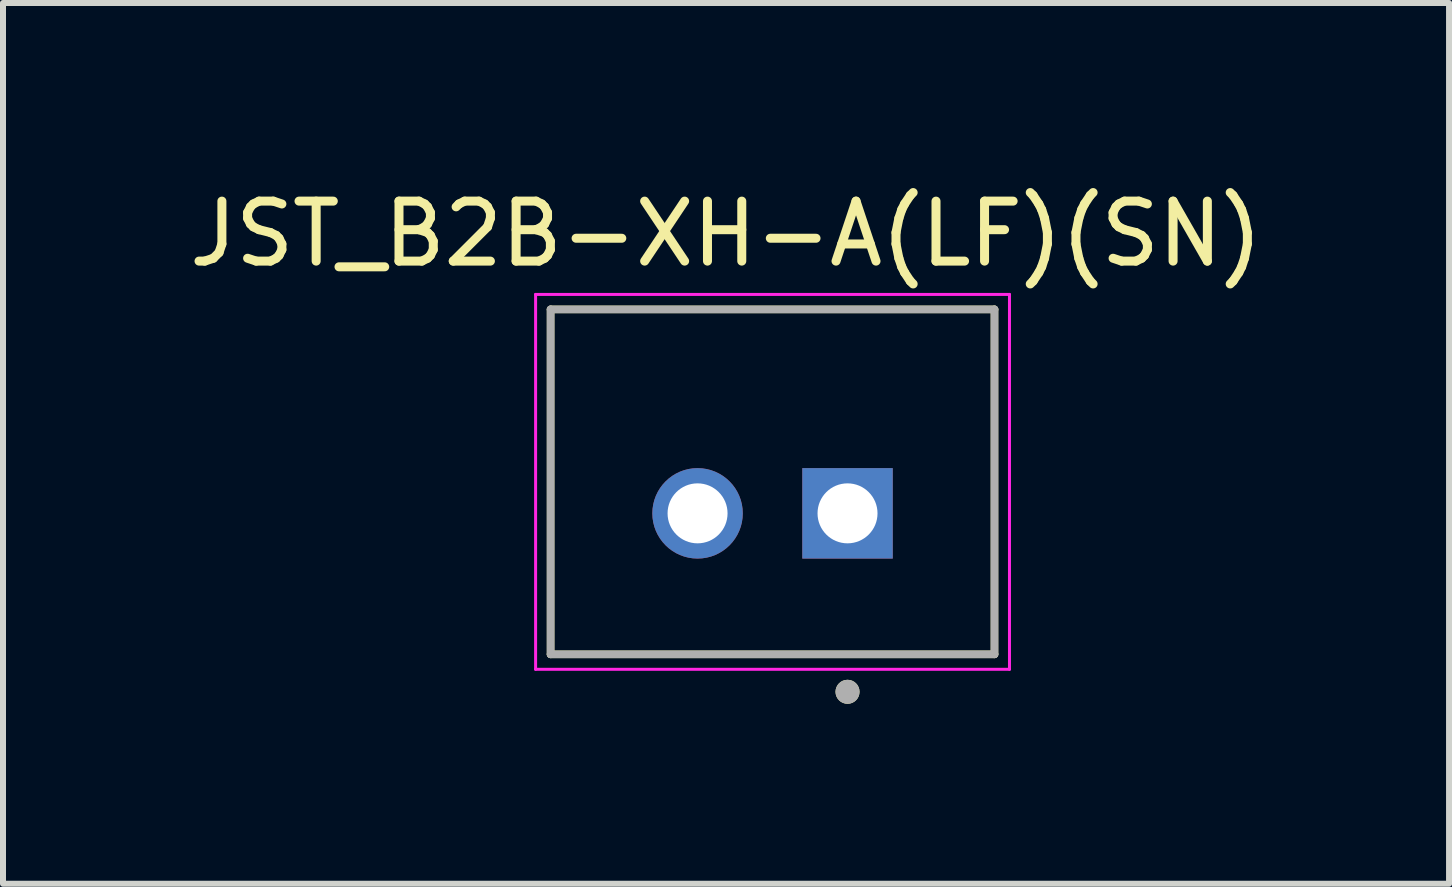
<source format=kicad_pcb>
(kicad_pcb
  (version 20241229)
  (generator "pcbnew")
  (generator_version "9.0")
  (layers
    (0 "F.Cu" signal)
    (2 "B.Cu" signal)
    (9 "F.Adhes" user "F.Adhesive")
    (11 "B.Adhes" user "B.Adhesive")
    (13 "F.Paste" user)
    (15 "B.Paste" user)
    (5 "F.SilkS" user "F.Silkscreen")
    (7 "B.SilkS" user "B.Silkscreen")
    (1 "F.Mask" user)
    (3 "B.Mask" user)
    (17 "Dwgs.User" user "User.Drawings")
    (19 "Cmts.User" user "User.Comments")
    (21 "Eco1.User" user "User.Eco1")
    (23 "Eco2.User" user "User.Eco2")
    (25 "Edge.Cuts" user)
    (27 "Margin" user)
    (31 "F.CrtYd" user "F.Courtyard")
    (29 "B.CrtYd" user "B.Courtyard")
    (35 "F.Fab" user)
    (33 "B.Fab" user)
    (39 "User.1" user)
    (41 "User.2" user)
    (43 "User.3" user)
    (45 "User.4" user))
  (footprint "JST_B2B-XH-A(LF)(SN)"
    (layer "F.Cu")
    (at 9.829 4.983)
    (property "Reference" "JST_B2B-XH-A(LF)(SN)" (at -0.775 -4.135 0) (layer "F.SilkS") (effects (font (size 1 1) (thickness 0.15))))
    (attr through_hole)
    (fp_line (start -3.7 -2.875) (end 3.7 -2.875) (stroke (width 0.127) (type solid)) (layer "F.SilkS"))
    (fp_line (start -3.7 2.875) (end -3.7 -2.875) (stroke (width 0.127) (type solid)) (layer "F.SilkS"))
    (fp_line (start 3.7 -2.875) (end 3.7 2.875) (stroke (width 0.127) (type solid)) (layer "F.SilkS"))
    (fp_line (start 3.7 2.875) (end -3.7 2.875) (stroke (width 0.127) (type solid)) (layer "F.SilkS"))
    (fp_circle (center 1.25 3.5) (end 1.35 3.5) (stroke (width 0.2) (type solid)) (fill no) (layer "F.SilkS"))
    (fp_line (start -3.95 -3.125) (end 3.95 -3.125) (stroke (width 0.05) (type solid)) (layer "F.CrtYd"))
    (fp_line (start -3.95 3.125) (end -3.95 -3.125) (stroke (width 0.05) (type solid)) (layer "F.CrtYd"))
    (fp_line (start 3.95 -3.125) (end 3.95 3.125) (stroke (width 0.05) (type solid)) (layer "F.CrtYd"))
    (fp_line (start 3.95 3.125) (end -3.95 3.125) (stroke (width 0.05) (type solid)) (layer "F.CrtYd"))
    (fp_line (start -3.7 -2.875) (end 3.7 -2.875) (stroke (width 0.127) (type solid)) (layer "F.Fab"))
    (fp_line (start -3.7 2.875) (end -3.7 -2.875) (stroke (width 0.127) (type solid)) (layer "F.Fab"))
    (fp_line (start 3.7 -2.875) (end 3.7 2.875) (stroke (width 0.127) (type solid)) (layer "F.Fab"))
    (fp_line (start 3.7 2.875) (end -3.7 2.875) (stroke (width 0.127) (type solid)) (layer "F.Fab"))
    (fp_circle (center 1.25 3.5) (end 1.35 3.5) (stroke (width 0.2) (type solid)) (fill no) (layer "F.Fab"))
    (pad "1" thru_hole rect (at 1.25 0.525) (size 1.508 1.508) (drill 1) (layers "*.Cu" "*.Mask"))
    (pad "2" thru_hole circle (at -1.25 0.525) (size 1.508 1.508) (drill 1) (layers "*.Cu" "*.Mask")))
  (gr_rect
    (start -3 -3)
    (end 21.107 11.683)
    (stroke (width 0.1) (type default))
    (fill no)
    (layer "Edge.Cuts")))
</source>
